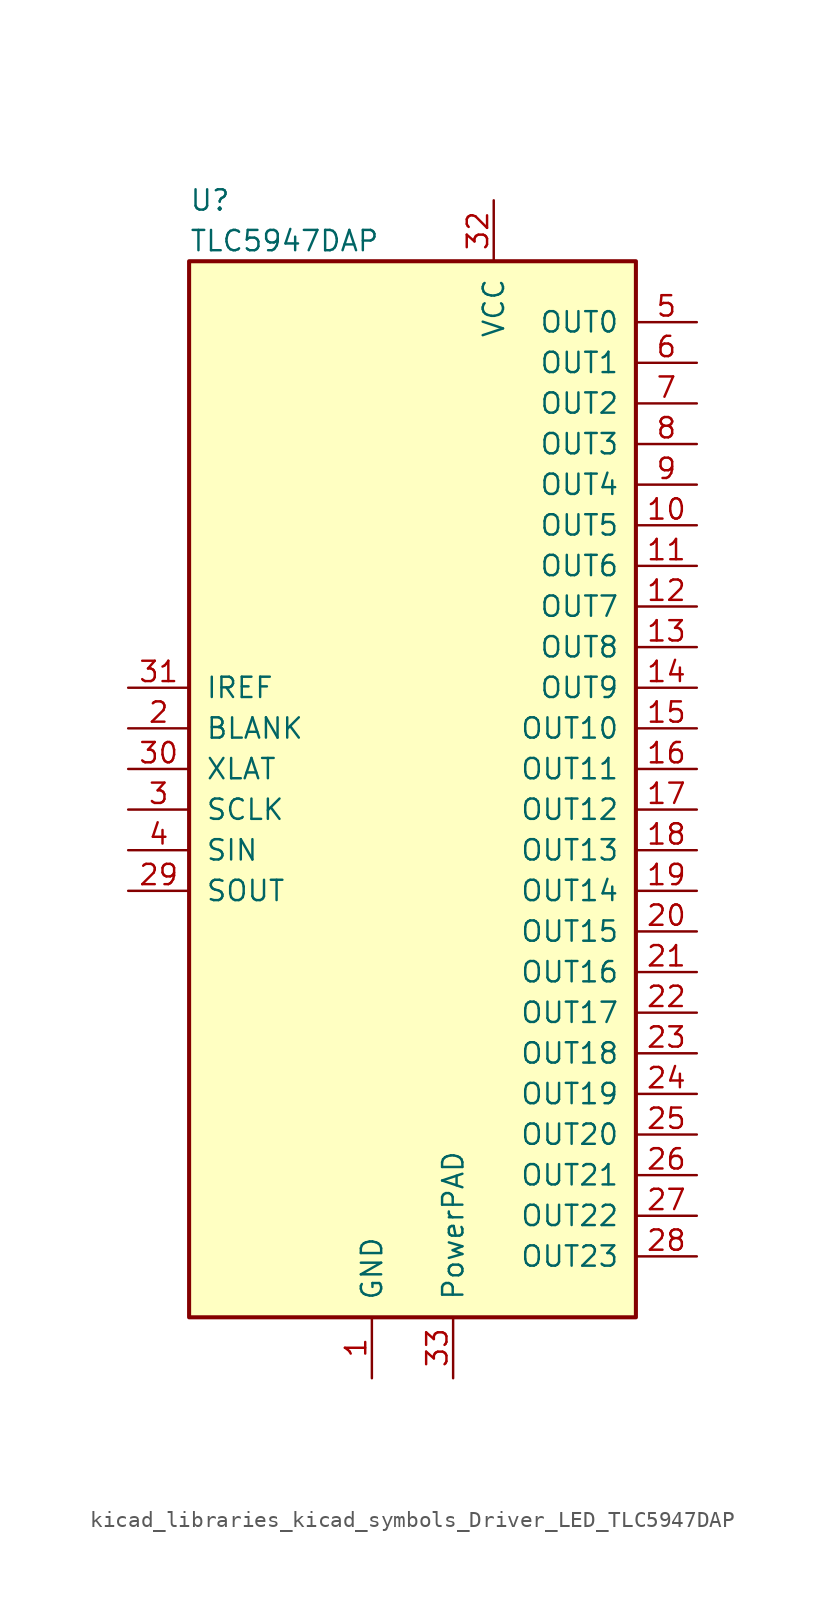
<source format=kicad_sym>
(kicad_symbol_lib
  (version 20220914)
  (generator kicad_symbol_editor)
  (symbol "kicad_libraries_kicad_symbols_Driver_LED_TLC5947DAP"
    (pin_names
      (offset 1.016))
    (property "Reference" "U"
      (at -13.97 38.1 0)
      (effects (font (size 1.27 1.27)) (justify left)))
    (property "Value" "TLC5947DAP"
      (at -13.97 35.56 0)
      (effects (font (size 1.27 1.27)) (justify left)))
    (symbol "kicad_libraries_kicad_symbols_Driver_LED_TLC5947DAP_0_1"
      (rectangle (start -13.97 34.29) (end 13.97 -31.75) (stroke (width 0.254) (type default)) (fill (type background)))
      (pin power_in line (at -2.54 -35.56 90) (length 3.81) (name "GND" (effects (font (size 1.27 1.27)))) (number "1" (effects (font (size 1.27 1.27)))))
      (pin output line (at 17.78 17.78 180) (length 3.81) (name "OUT5" (effects (font (size 1.27 1.27)))) (number "10" (effects (font (size 1.27 1.27)))))
      (pin output line (at 17.78 15.24 180) (length 3.81) (name "OUT6" (effects (font (size 1.27 1.27)))) (number "11" (effects (font (size 1.27 1.27)))))
      (pin output line (at 17.78 12.7 180) (length 3.81) (name "OUT7" (effects (font (size 1.27 1.27)))) (number "12" (effects (font (size 1.27 1.27)))))
      (pin output line (at 17.78 10.16 180) (length 3.81) (name "OUT8" (effects (font (size 1.27 1.27)))) (number "13" (effects (font (size 1.27 1.27)))))
      (pin output line (at 17.78 7.62 180) (length 3.81) (name "OUT9" (effects (font (size 1.27 1.27)))) (number "14" (effects (font (size 1.27 1.27)))))
      (pin output line (at 17.78 5.08 180) (length 3.81) (name "OUT10" (effects (font (size 1.27 1.27)))) (number "15" (effects (font (size 1.27 1.27)))))
      (pin output line (at 17.78 2.54 180) (length 3.81) (name "OUT11" (effects (font (size 1.27 1.27)))) (number "16" (effects (font (size 1.27 1.27)))))
      (pin output line (at 17.78 0 180) (length 3.81) (name "OUT12" (effects (font (size 1.27 1.27)))) (number "17" (effects (font (size 1.27 1.27)))))
      (pin output line (at 17.78 -2.54 180) (length 3.81) (name "OUT13" (effects (font (size 1.27 1.27)))) (number "18" (effects (font (size 1.27 1.27)))))
      (pin output line (at 17.78 -5.08 180) (length 3.81) (name "OUT14" (effects (font (size 1.27 1.27)))) (number "19" (effects (font (size 1.27 1.27)))))
      (pin input line (at -17.78 5.08 0) (length 3.81) (name "BLANK" (effects (font (size 1.27 1.27)))) (number "2" (effects (font (size 1.27 1.27)))))
      (pin output line (at 17.78 -7.62 180) (length 3.81) (name "OUT15" (effects (font (size 1.27 1.27)))) (number "20" (effects (font (size 1.27 1.27)))))
      (pin output line (at 17.78 -10.16 180) (length 3.81) (name "OUT16" (effects (font (size 1.27 1.27)))) (number "21" (effects (font (size 1.27 1.27)))))
      (pin output line (at 17.78 -12.7 180) (length 3.81) (name "OUT17" (effects (font (size 1.27 1.27)))) (number "22" (effects (font (size 1.27 1.27)))))
      (pin output line (at 17.78 -15.24 180) (length 3.81) (name "OUT18" (effects (font (size 1.27 1.27)))) (number "23" (effects (font (size 1.27 1.27)))))
      (pin output line (at 17.78 -17.78 180) (length 3.81) (name "OUT19" (effects (font (size 1.27 1.27)))) (number "24" (effects (font (size 1.27 1.27)))))
      (pin output line (at 17.78 -20.32 180) (length 3.81) (name "OUT20" (effects (font (size 1.27 1.27)))) (number "25" (effects (font (size 1.27 1.27)))))
      (pin output line (at 17.78 -22.86 180) (length 3.81) (name "OUT21" (effects (font (size 1.27 1.27)))) (number "26" (effects (font (size 1.27 1.27)))))
      (pin output line (at 17.78 -25.4 180) (length 3.81) (name "OUT22" (effects (font (size 1.27 1.27)))) (number "27" (effects (font (size 1.27 1.27)))))
      (pin output line (at 17.78 -27.94 180) (length 3.81) (name "OUT23" (effects (font (size 1.27 1.27)))) (number "28" (effects (font (size 1.27 1.27)))))
      (pin output line (at -17.78 -5.08 0) (length 3.81) (name "SOUT" (effects (font (size 1.27 1.27)))) (number "29" (effects (font (size 1.27 1.27)))))
      (pin input line (at -17.78 0 0) (length 3.81) (name "SCLK" (effects (font (size 1.27 1.27)))) (number "3" (effects (font (size 1.27 1.27)))))
      (pin input line (at -17.78 2.54 0) (length 3.81) (name "XLAT" (effects (font (size 1.27 1.27)))) (number "30" (effects (font (size 1.27 1.27)))))
      (pin input line (at -17.78 7.62 0) (length 3.81) (name "IREF" (effects (font (size 1.27 1.27)))) (number "31" (effects (font (size 1.27 1.27)))))
      (pin power_in line (at 5.08 38.1 270) (length 3.81) (name "VCC" (effects (font (size 1.27 1.27)))) (number "32" (effects (font (size 1.27 1.27)))))
      (pin power_in line (at 2.54 -35.56 90) (length 3.81) (name "PowerPAD" (effects (font (size 1.27 1.27)))) (number "33" (effects (font (size 1.27 1.27)))))
      (pin input line (at -17.78 -2.54 0) (length 3.81) (name "SIN" (effects (font (size 1.27 1.27)))) (number "4" (effects (font (size 1.27 1.27)))))
      (pin output line (at 17.78 30.48 180) (length 3.81) (name "OUT0" (effects (font (size 1.27 1.27)))) (number "5" (effects (font (size 1.27 1.27)))))
      (pin output line (at 17.78 27.94 180) (length 3.81) (name "OUT1" (effects (font (size 1.27 1.27)))) (number "6" (effects (font (size 1.27 1.27)))))
      (pin output line (at 17.78 25.4 180) (length 3.81) (name "OUT2" (effects (font (size 1.27 1.27)))) (number "7" (effects (font (size 1.27 1.27)))))
      (pin output line (at 17.78 22.86 180) (length 3.81) (name "OUT3" (effects (font (size 1.27 1.27)))) (number "8" (effects (font (size 1.27 1.27)))))
      (pin output line (at 17.78 20.32 180) (length 3.81) (name "OUT4" (effects (font (size 1.27 1.27)))) (number "9" (effects (font (size 1.27 1.27))))))))
</source>
